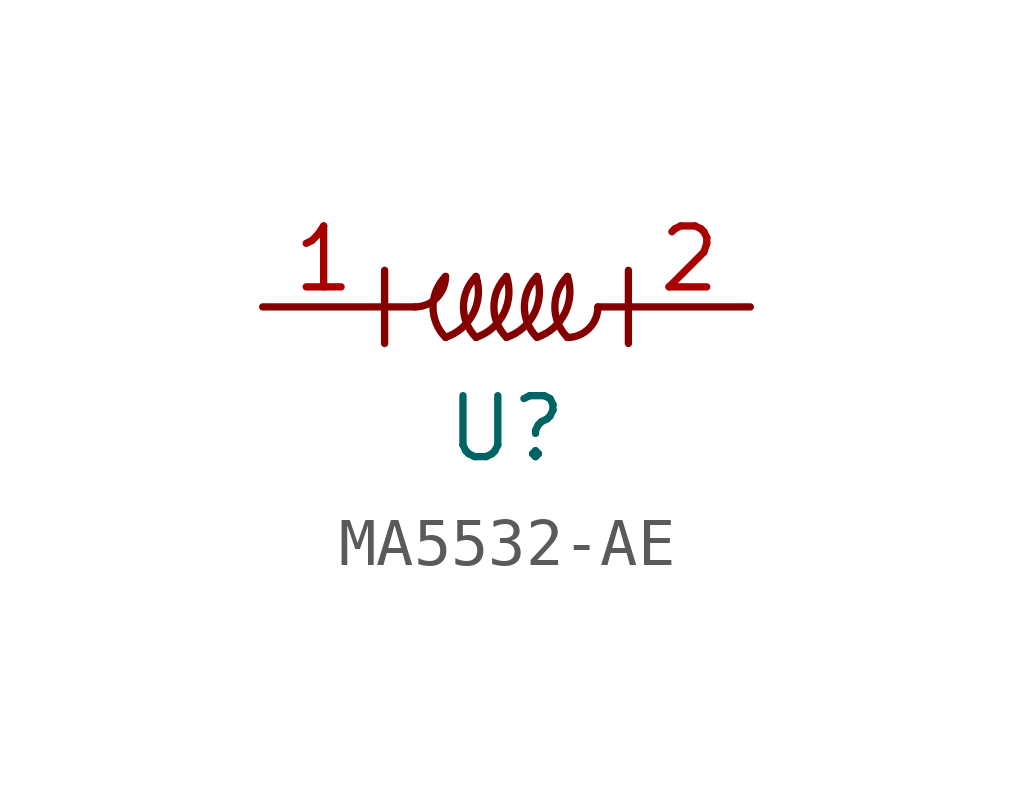
<source format=kicad_sym>
(kicad_symbol_lib
  (version 20220914)
  (generator kicad_symbol_editor)
  (symbol "MA5532-AE"
    (property "Reference" "U"
      (at 0 -2.54 0)
      (effects (font (size 1.27 1.27))))
    (symbol "MA5532-AE_0_1"
      (arc (start -1.905 0) (mid -1.4566 0.1866) (end -1.27 0.635) (stroke (width 0) (type default)) (fill (type none)))
      (arc (start -1.27 -0.635) (mid -0.6902 -0.1311) (end -0.635 0.635) (stroke (width 0) (type default)) (fill (type none)))
      (arc (start -1.27 0.635) (mid -1.5313 0) (end -1.27 -0.635) (stroke (width 0) (type default)) (fill (type none)))
      (arc (start -0.635 -0.635) (mid -0.0549 -0.1313) (end 0 0.635) (stroke (width 0) (type default)) (fill (type none)))
      (arc (start -0.635 0.635) (mid -0.897 0) (end -0.635 -0.635) (stroke (width 0) (type default)) (fill (type none)))
      (arc (start 0 -0.635) (mid 0.5801 -0.1313) (end 0.635 0.635) (stroke (width 0) (type default)) (fill (type none)))
      (polyline (pts (xy -2.54 0) (xy -1.905 0)) (stroke (width 0) (type default)) (fill (type none)))
      (polyline (pts (xy -2.54 0.762) (xy -2.54 -0.762)) (stroke (width 0) (type default)) (fill (type none)))
      (polyline (pts (xy 2.54 0) (xy 1.905 0)) (stroke (width 0) (type default)) (fill (type none)))
      (polyline (pts (xy 2.54 0.762) (xy 2.54 -0.762)) (stroke (width 0) (type default)) (fill (type none)))
      (arc (start 0 0.635) (mid -0.2618 0) (end 0 -0.635) (stroke (width 0) (type default)) (fill (type none)))
      (arc (start 0.635 -0.635) (mid 1.2151 -0.1313) (end 1.27 0.635) (stroke (width 0) (type default)) (fill (type none)))
      (arc (start 0.635 0.635) (mid 0.3728 0) (end 0.635 -0.635) (stroke (width 0) (type default)) (fill (type none)))
      (arc (start 1.27 -0.635) (mid 1.7184 -0.4484) (end 1.905 0) (stroke (width 0) (type default)) (fill (type none)))
      (arc (start 1.27 0.635) (mid 1.0078 0) (end 1.27 -0.635) (stroke (width 0) (type default)) (fill (type none))))
    (symbol "MA5532-AE_1_1"
      (pin passive line (at -5.08 0 0) (length 2.54) (name "" (effects (font (size 1.27 1.27)))) (number "1" (effects (font (size 1.27 1.27)))))
      (pin passive line (at 5.08 0 180) (length 2.54) (name "" (effects (font (size 1.27 1.27)))) (number "2" (effects (font (size 1.27 1.27))))))))
</source>
